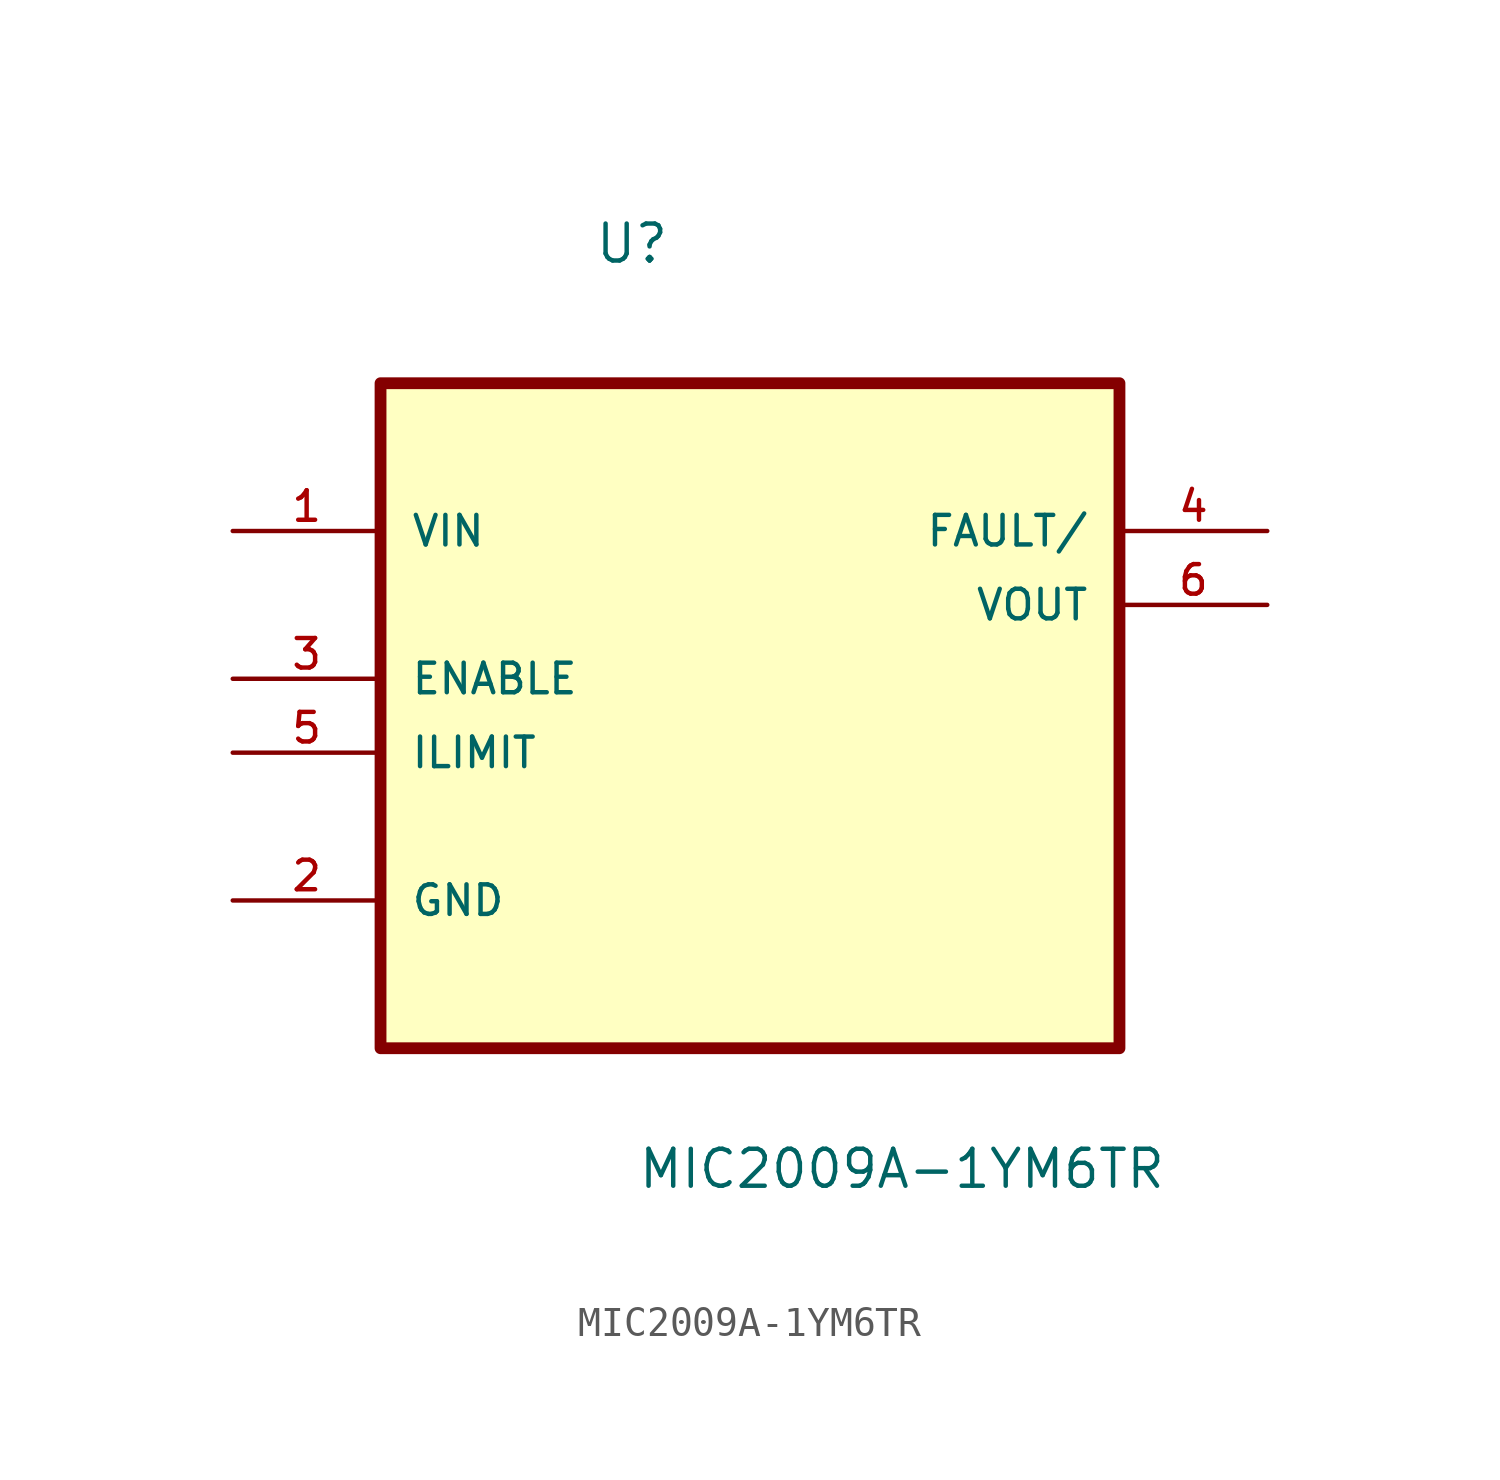
<source format=kicad_sym>
(kicad_symbol_lib
  (version 20211014)
  (generator kicad_symbol_editor)
  (symbol "MIC2009A-1YM6TR"
    (pin_names
      (offset 1.016))
    (property "Reference" "U"
      (at -5.367 11.675 0.0)
      (effects (font (size 1.27 1.27)) (justify bottom left)))
    (property "Value" "MIC2009A-1YM6TR"
      (at -3.889 -20.129 0.0)
      (effects (font (size 1.27 1.27)) (justify bottom left)))
    (symbol "MIC2009A-1YM6TR_0_0"
      (rectangle (start -12.7 -15.24) (end 12.7 7.62) (stroke (width 0.406)) (fill (type background)))
      (pin input line (at -17.78 2.54 0) (length 5.08) (name "VIN" (effects (font (size 1.016 1.016)))) (number "1" (effects (font (size 1.016 1.016)))))
      (pin input line (at -17.78 -2.54 0) (length 5.08) (name "ENABLE" (effects (font (size 1.016 1.016)))) (number "3" (effects (font (size 1.016 1.016)))))
      (pin input line (at -17.78 -5.08 0) (length 5.08) (name "ILIMIT" (effects (font (size 1.016 1.016)))) (number "5" (effects (font (size 1.016 1.016)))))
      (pin passive line (at -17.78 -10.16 0) (length 5.08) (name "GND" (effects (font (size 1.016 1.016)))) (number "2" (effects (font (size 1.016 1.016)))))
      (pin output line (at 17.78 2.54 180.0) (length 5.08) (name "FAULT/" (effects (font (size 1.016 1.016)))) (number "4" (effects (font (size 1.016 1.016)))))
      (pin output line (at 17.78 0.0 180.0) (length 5.08) (name "VOUT" (effects (font (size 1.016 1.016)))) (number "6" (effects (font (size 1.016 1.016))))))))
</source>
